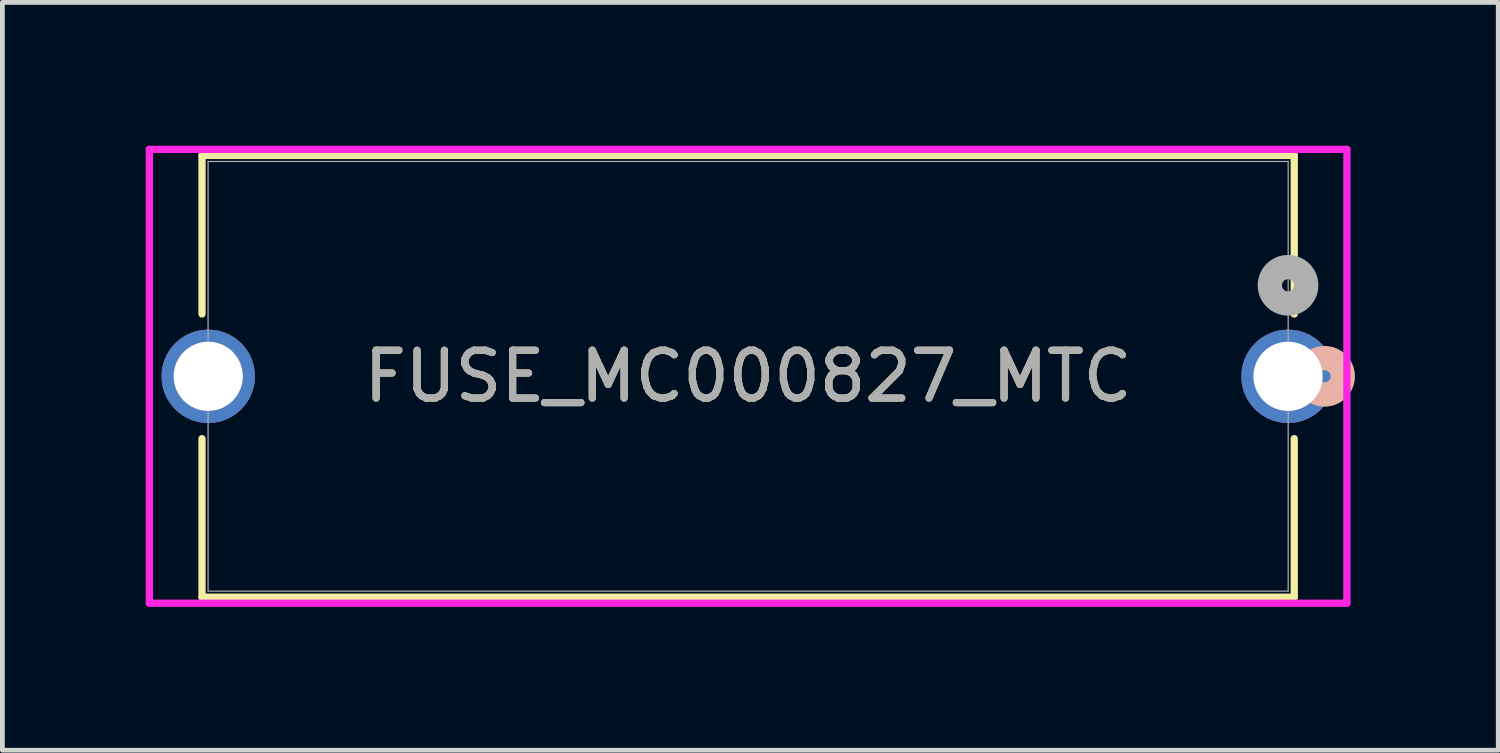
<source format=kicad_pcb>
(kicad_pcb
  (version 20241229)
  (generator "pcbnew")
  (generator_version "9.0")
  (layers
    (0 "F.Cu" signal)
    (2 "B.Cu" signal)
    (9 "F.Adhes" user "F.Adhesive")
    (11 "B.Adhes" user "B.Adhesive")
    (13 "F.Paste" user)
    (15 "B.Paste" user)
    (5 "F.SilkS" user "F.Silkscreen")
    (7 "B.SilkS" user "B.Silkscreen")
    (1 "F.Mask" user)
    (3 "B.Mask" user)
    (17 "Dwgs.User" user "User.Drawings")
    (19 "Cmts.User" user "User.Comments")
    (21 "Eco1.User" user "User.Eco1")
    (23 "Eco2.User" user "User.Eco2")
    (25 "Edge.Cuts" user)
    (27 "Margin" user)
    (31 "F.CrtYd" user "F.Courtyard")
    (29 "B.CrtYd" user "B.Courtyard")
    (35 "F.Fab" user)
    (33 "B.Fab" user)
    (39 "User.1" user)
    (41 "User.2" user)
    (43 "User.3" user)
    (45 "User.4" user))
  (footprint "FUSE_MC000827_MTC"
    (layer "F.Cu")
    (at 23.908 4.826)
    (property "Reference" "FUSE_MC000827_MTC" (at -11.3 0 0) (unlocked yes) (layer "F.SilkS") (effects (font (size 1 1) (thickness 0.15))))
    (attr through_hole)
    (fp_line (start -22.73 -4.623) (end -22.73 -1.304) (stroke (width 0.152) (type solid)) (layer "F.SilkS"))
    (fp_line (start -22.73 1.304) (end -22.73 4.623) (stroke (width 0.152) (type solid)) (layer "F.SilkS"))
    (fp_line (start -22.73 4.623) (end 0.13 4.623) (stroke (width 0.152) (type solid)) (layer "F.SilkS"))
    (fp_line (start 0.13 -4.623) (end -22.73 -4.623) (stroke (width 0.152) (type solid)) (layer "F.SilkS"))
    (fp_line (start 0.13 -1.304) (end 0.13 -4.623) (stroke (width 0.152) (type solid)) (layer "F.SilkS"))
    (fp_line (start 0.13 4.623) (end 0.13 1.304) (stroke (width 0.152) (type solid)) (layer "F.SilkS"))
    (fp_circle (center 0.765 0) (end 1.146 0) (stroke (width 0.508) (type solid)) (fill no) (layer "B.SilkS"))
    (fp_line (start -23.832 -4.75) (end -23.832 4.75) (stroke (width 0.152) (type solid)) (layer "F.CrtYd"))
    (fp_line (start -23.832 4.75) (end 1.232 4.75) (stroke (width 0.152) (type solid)) (layer "F.CrtYd"))
    (fp_line (start 1.232 -4.75) (end -23.832 -4.75) (stroke (width 0.152) (type solid)) (layer "F.CrtYd"))
    (fp_line (start 1.232 4.75) (end 1.232 -4.75) (stroke (width 0.152) (type solid)) (layer "F.CrtYd"))
    (fp_line (start -22.603 -4.496) (end -22.603 4.496) (stroke (width 0.025) (type solid)) (layer "F.Fab"))
    (fp_line (start -22.603 4.496) (end 0.003 4.496) (stroke (width 0.025) (type solid)) (layer "F.Fab"))
    (fp_line (start 0.003 -4.496) (end -22.603 -4.496) (stroke (width 0.025) (type solid)) (layer "F.Fab"))
    (fp_line (start 0.003 4.496) (end 0.003 -4.496) (stroke (width 0.025) (type solid)) (layer "F.Fab"))
    (fp_circle (center 0 -1.905) (end 0.381 -1.905) (stroke (width 0.508) (type solid)) (fill no) (layer "F.Fab"))
    (fp_text user "${REFERENCE}" (at -11.3 0 0) (unlocked yes) (layer "F.Fab") (effects (font (size 1 1) (thickness 0.15))))
    (pad "1" thru_hole circle (at 0 0) (size 1.956 1.956) (drill 1.448) (layers "*.Cu" "*.Mask"))
    (pad "2" thru_hole circle (at -22.6 0) (size 1.956 1.956) (drill 1.448) (layers "*.Cu" "*.Mask")))
  (gr_rect
    (start -3 -3)
    (end 28.308 12.652)
    (stroke (width 0.1) (type default))
    (fill no)
    (layer "Edge.Cuts")))
</source>
